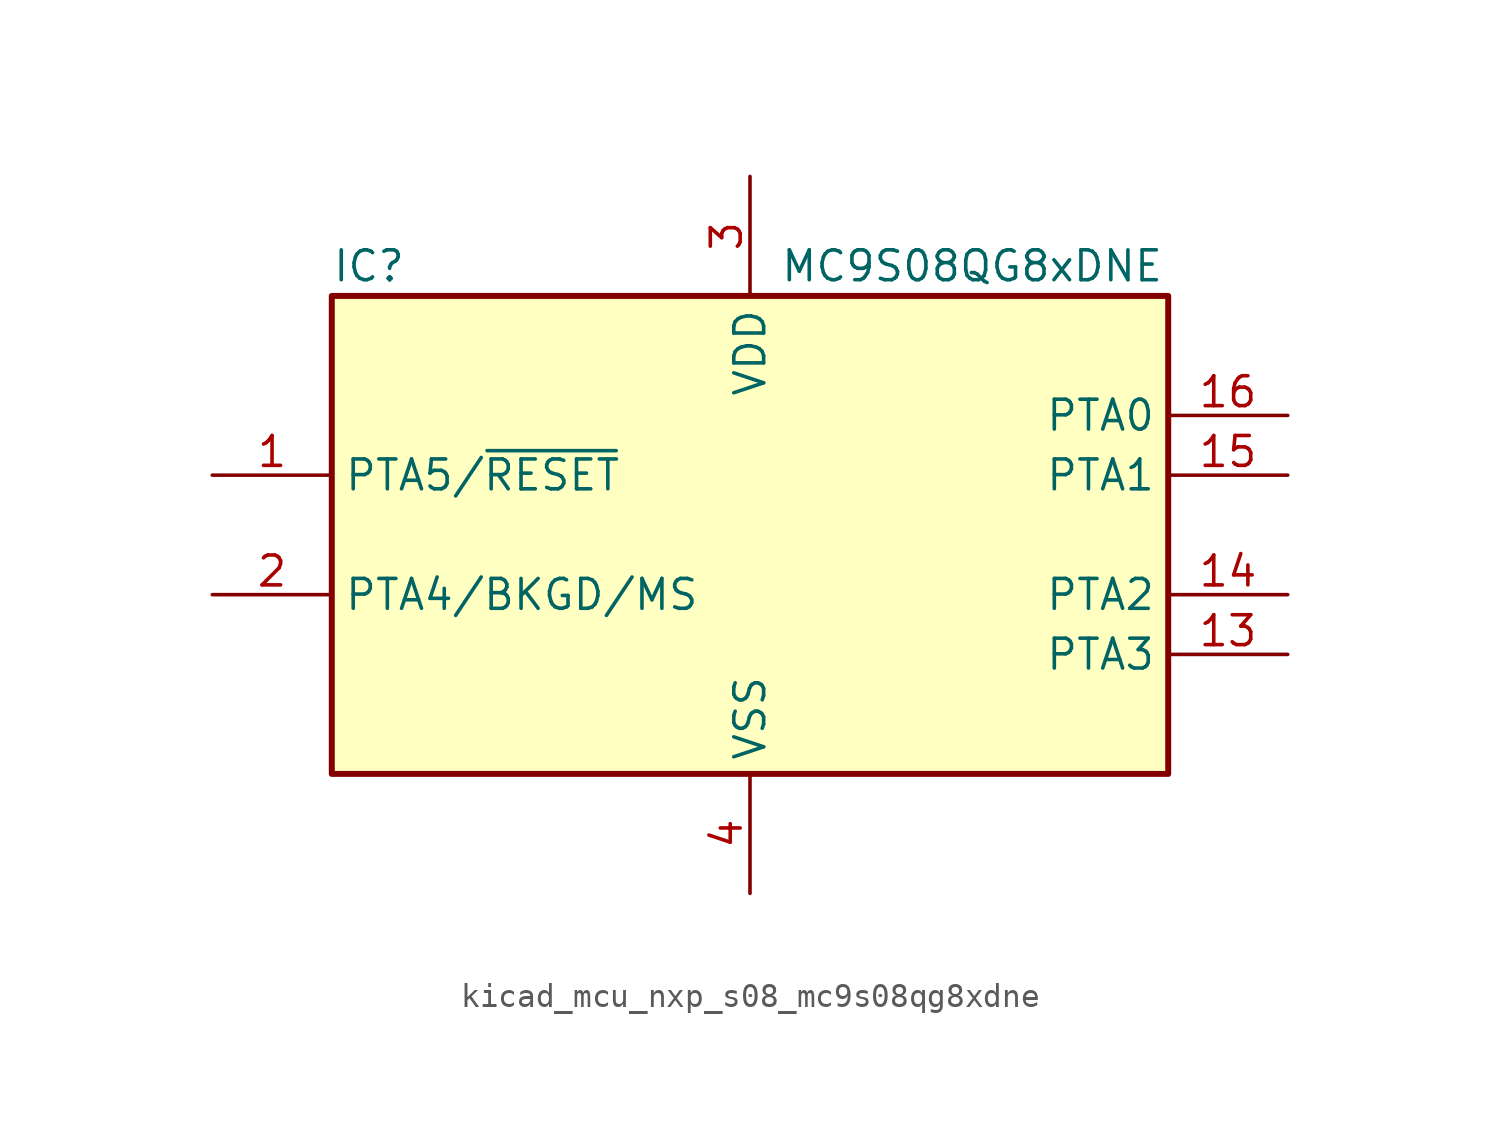
<source format=kicad_sym>
(kicad_symbol_lib
  (version 20220914)
  (generator kicad_symbol_editor)
  (symbol "kicad_mcu_nxp_s08_mc9s08qg8xdne"
    (property "Reference" "IC"
      (at -17.78 11.43 0)
      (effects (font (size 1.27 1.27)) (justify left)))
    (property "Value" "MC9S08QG8xDNE"
      (at 1.27 11.43 0)
      (effects (font (size 1.27 1.27)) (justify left)))
    (symbol "kicad_mcu_nxp_s08_mc9s08qg8xdne_0_1"
      (rectangle (start -17.78 10.16) (end 17.78 -10.16) (stroke (width 0.254) (type default)) (fill (type background))))
    (symbol "kicad_mcu_nxp_s08_mc9s08qg8xdne_1_1"
      (pin bidirectional line (at -22.86 2.54 0) (length 5.08) (name "PTA5/~{RESET}" (effects (font (size 1.27 1.27)))) (number "1" (effects (font (size 1.27 1.27)))))
      (pin bidirectional line (at 22.86 -5.08 180) (length 5.08) (name "PTA3" (effects (font (size 1.27 1.27)))) (number "13" (effects (font (size 1.27 1.27)))))
      (pin bidirectional line (at 22.86 -2.54 180) (length 5.08) (name "PTA2" (effects (font (size 1.27 1.27)))) (number "14" (effects (font (size 1.27 1.27)))))
      (pin bidirectional line (at 22.86 2.54 180) (length 5.08) (name "PTA1" (effects (font (size 1.27 1.27)))) (number "15" (effects (font (size 1.27 1.27)))))
      (pin bidirectional line (at 22.86 5.08 180) (length 5.08) (name "PTA0" (effects (font (size 1.27 1.27)))) (number "16" (effects (font (size 1.27 1.27)))))
      (pin bidirectional line (at -22.86 -2.54 0) (length 5.08) (name "PTA4/BKGD/MS" (effects (font (size 1.27 1.27)))) (number "2" (effects (font (size 1.27 1.27)))))
      (pin power_in line (at 0 15.24 270) (length 5.08) (name "VDD" (effects (font (size 1.27 1.27)))) (number "3" (effects (font (size 1.27 1.27)))))
      (pin power_in line (at 0 -15.24 90) (length 5.08) (name "VSS" (effects (font (size 1.27 1.27)))) (number "4" (effects (font (size 1.27 1.27))))))))
</source>
